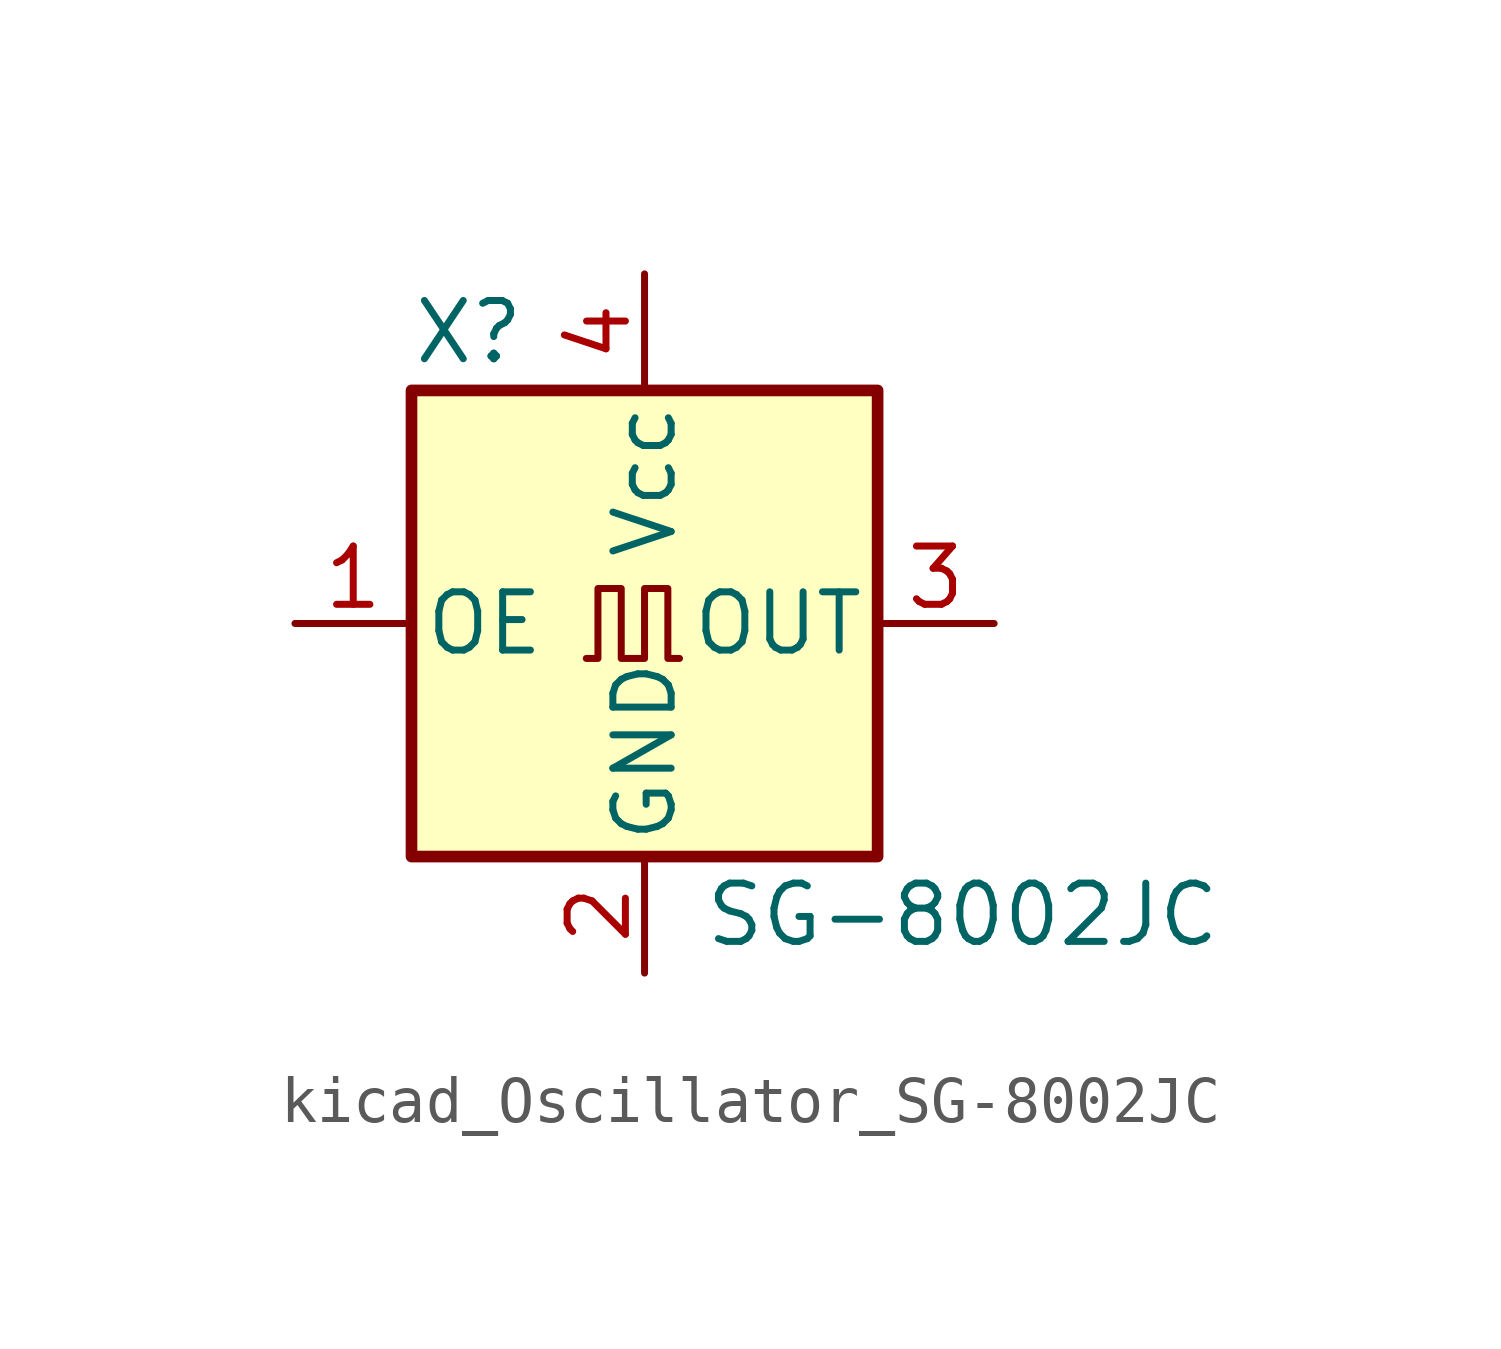
<source format=kicad_sym>
(kicad_symbol_lib
  (version 20220914)
  (generator kicad_symbol_editor)
  (symbol "kicad_Oscillator_SG-8002JC"
    (pin_names
      (offset 0.254))
    (property "Reference" "X"
      (at -5.08 6.35 0)
      (effects (font (size 1.27 1.27)) (justify left)))
    (property "Value" "SG-8002JC"
      (at 1.27 -6.35 0)
      (effects (font (size 1.27 1.27)) (justify left)))
    (symbol "kicad_Oscillator_SG-8002JC_0_1"
      (rectangle (start -5.08 5.08) (end 5.08 -5.08) (stroke (width 0.254) (type default)) (fill (type background)))
      (polyline (pts (xy -1.27 -0.762) (xy -1.016 -0.762) (xy -1.016 0.762) (xy -0.508 0.762) (xy -0.508 -0.762) (xy 0 -0.762) (xy 0 0.762) (xy 0.508 0.762) (xy 0.508 -0.762) (xy 0.762 -0.762)) (stroke (width 0) (type default)) (fill (type none))))
    (symbol "kicad_Oscillator_SG-8002JC_1_1"
      (pin input line (at -7.62 0 0) (length 2.54) (name "OE" (effects (font (size 1.27 1.27)))) (number "1" (effects (font (size 1.27 1.27)))))
      (pin power_in line (at 0 -7.62 90) (length 2.54) (name "GND" (effects (font (size 1.27 1.27)))) (number "2" (effects (font (size 1.27 1.27)))))
      (pin output line (at 7.62 0 180) (length 2.54) (name "OUT" (effects (font (size 1.27 1.27)))) (number "3" (effects (font (size 1.27 1.27)))))
      (pin power_in line (at 0 7.62 270) (length 2.54) (name "Vcc" (effects (font (size 1.27 1.27)))) (number "4" (effects (font (size 1.27 1.27))))))))
</source>
